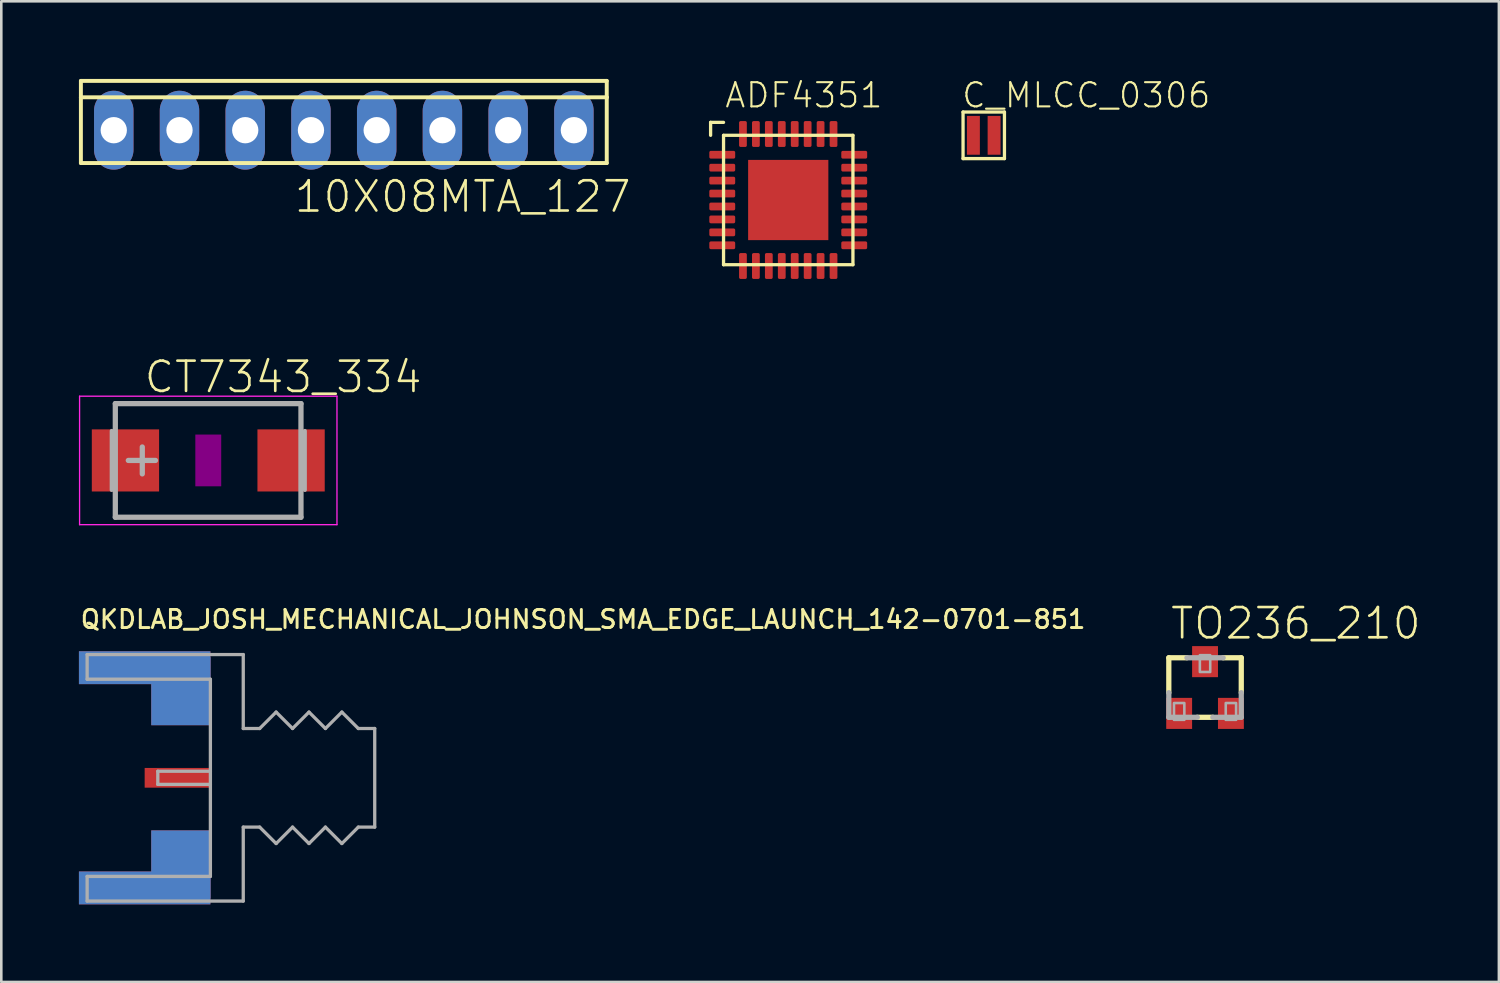
<source format=kicad_pcb>
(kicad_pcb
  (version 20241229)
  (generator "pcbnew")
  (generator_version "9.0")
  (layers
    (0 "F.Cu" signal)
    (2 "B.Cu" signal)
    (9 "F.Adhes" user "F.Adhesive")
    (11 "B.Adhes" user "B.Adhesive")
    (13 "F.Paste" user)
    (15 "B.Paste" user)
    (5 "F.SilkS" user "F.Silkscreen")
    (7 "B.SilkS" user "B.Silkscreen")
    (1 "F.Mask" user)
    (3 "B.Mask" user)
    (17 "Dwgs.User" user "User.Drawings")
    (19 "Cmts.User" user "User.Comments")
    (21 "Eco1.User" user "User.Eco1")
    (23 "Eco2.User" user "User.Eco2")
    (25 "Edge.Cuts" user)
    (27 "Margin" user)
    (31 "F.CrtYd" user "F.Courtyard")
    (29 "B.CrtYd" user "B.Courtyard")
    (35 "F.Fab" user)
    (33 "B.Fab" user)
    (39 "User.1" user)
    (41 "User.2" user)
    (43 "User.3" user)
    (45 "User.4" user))
  (footprint "C_MLCC_0306"
    (layer "F.Cu")
    (at 34.964 2.179)
    (property "Reference" "C_MLCC_0306" (at -0.9 -1 0) (unlocked yes) (layer "F.SilkS") (effects (font (size 0.935 0.935) (thickness 0.081)) (justify left bottom)))
    (fp_line (start -0.8 -0.9) (end -0.8 0.9) (stroke (width 0.127) (type solid)) (layer "F.SilkS"))
    (fp_line (start -0.8 0.9) (end 0.8 0.9) (stroke (width 0.127) (type solid)) (layer "F.SilkS"))
    (fp_line (start 0.8 -0.9) (end -0.8 -0.9) (stroke (width 0.127) (type solid)) (layer "F.SilkS"))
    (fp_line (start 0.8 0.9) (end 0.8 -0.9) (stroke (width 0.127) (type solid)) (layer "F.SilkS"))
    (pad "P$1" smd rect (at -0.4 0) (size 0.5 1.5) (layers "F.Cu" "F.Mask" "F.Paste"))
    (pad "P$2" smd rect (at 0.4 0) (size 0.5 1.5) (layers "F.Cu" "F.Mask" "F.Paste")))
  (footprint "TO236_210"
    (layer "F.Cu")
    (at 43.515 23.517)
    (property "Reference" "TO236_210" (at -1.397 -1.794 0) (unlocked yes) (layer "F.SilkS") (effects (font (size 1.168 1.168) (thickness 0.102)) (justify left bottom)))
    (fp_line (start -1.4 -1.15) (end -1.4 0.2) (stroke (width 0.203) (type solid)) (layer "F.SilkS"))
    (fp_line (start -1.4 -1.15) (end -0.7 -1.15) (stroke (width 0.203) (type solid)) (layer "F.SilkS"))
    (fp_line (start -0.3 1.15) (end 0.3 1.15) (stroke (width 0.203) (type solid)) (layer "F.SilkS"))
    (fp_line (start 1.4 -1.15) (end 0.7 -1.15) (stroke (width 0.203) (type solid)) (layer "F.SilkS"))
    (fp_line (start 1.4 0.2) (end 1.4 -1.15) (stroke (width 0.203) (type solid)) (layer "F.SilkS"))
    (fp_line (start -1.4 0.2) (end -1.4 1.15) (stroke (width 0.203) (type solid)) (layer "F.Fab"))
    (fp_line (start -1.4 1.15) (end -0.3 1.15) (stroke (width 0.203) (type solid)) (layer "F.Fab"))
    (fp_line (start -0.7 -1.15) (end 0.7 -1.15) (stroke (width 0.203) (type solid)) (layer "F.Fab"))
    (fp_line (start 0.3 1.15) (end 1.4 1.15) (stroke (width 0.203) (type solid)) (layer "F.Fab"))
    (fp_line (start 1.4 1.15) (end 1.4 0.2) (stroke (width 0.203) (type solid)) (layer "F.Fab"))
    (fp_poly (pts (xy -1.2 1.25) (xy -0.8 1.25) (xy -0.8 0.6) (xy -1.2 0.6)) (stroke (width 0.1) (type default)) (fill no) (layer "F.Fab"))
    (fp_poly (pts (xy -0.2 -0.6) (xy 0.2 -0.6) (xy 0.2 -1.25) (xy -0.2 -1.25)) (stroke (width 0.1) (type default)) (fill no) (layer "F.Fab"))
    (fp_poly (pts (xy 0.8 1.25) (xy 1.2 1.25) (xy 1.2 0.6) (xy 0.8 0.6)) (stroke (width 0.1) (type default)) (fill no) (layer "F.Fab"))
    (pad "A" smd rect (at -1 1) (size 1 1.2) (layers "F.Cu" "F.Mask" "F.Paste"))
    (pad "C" smd rect (at 0 -1) (size 1 1.2) (layers "F.Cu" "F.Mask" "F.Paste"))
    (pad "NC" smd rect (at 1 1) (size 1 1.2) (layers "F.Cu" "F.Mask" "F.Paste")))
  (footprint "CT7343_334"
    (layer "F.Cu")
    (at 4.998 14.742)
    (property "Reference" "CT7343_334" (at -2.54 -2.54 0) (unlocked yes) (layer "F.SilkS") (effects (font (size 1.168 1.168) (thickness 0.102)) (justify left bottom)))
    (fp_poly (pts (xy -0.5 1) (xy 0.5 1) (xy 0.5 -1) (xy -0.5 -1)) (stroke (width 0) (type default)) (fill yes) (layer "F.Adhes"))
    (fp_line (start -4.973 -2.483) (end 4.973 -2.483) (stroke (width 0.051) (type solid)) (layer "F.CrtYd"))
    (fp_line (start -4.973 2.483) (end -4.973 -2.483) (stroke (width 0.051) (type solid)) (layer "F.CrtYd"))
    (fp_line (start 4.973 -2.483) (end 4.973 2.483) (stroke (width 0.051) (type solid)) (layer "F.CrtYd"))
    (fp_line (start 4.973 2.483) (end -4.973 2.483) (stroke (width 0.051) (type solid)) (layer "F.CrtYd"))
    (fp_line (start -3.734 -1.143) (end -3.734 1.143) (stroke (width 0.152) (type solid)) (layer "F.Fab"))
    (fp_line (start -3.592 2.195) (end -3.592 -2.195) (stroke (width 0.203) (type solid)) (layer "F.Fab"))
    (fp_line (start -2.55 -0.52) (end -2.55 0.52) (stroke (width 0.203) (type solid)) (layer "F.Fab"))
    (fp_line (start -2.04 0) (end -3.09 0) (stroke (width 0.203) (type solid)) (layer "F.Fab"))
    (fp_line (start 3.582 -2.195) (end -3.592 -2.195) (stroke (width 0.203) (type solid)) (layer "F.Fab"))
    (fp_line (start 3.582 2.195) (end -3.592 2.195) (stroke (width 0.203) (type solid)) (layer "F.Fab"))
    (fp_line (start 3.582 2.195) (end 3.582 -2.195) (stroke (width 0.203) (type solid)) (layer "F.Fab"))
    (fp_line (start 3.734 -1.143) (end 3.734 1.143) (stroke (width 0.152) (type solid)) (layer "F.Fab"))
    (pad "+" smd rect (at -3.2 0) (size 2.6 2.4) (layers "F.Cu" "F.Mask" "F.Paste"))
    (pad "-" smd rect (at 3.2 0) (size 2.6 2.4) (layers "F.Cu" "F.Mask" "F.Paste")))
  (footprint "ADF4351"
    (layer "F.Cu")
    (at 27.409 4.679)
    (property "Reference" "ADF4351" (at -2.5 -3.5 0) (unlocked yes) (layer "F.SilkS") (effects (font (size 0.935 0.935) (thickness 0.081)) (justify left bottom)))
    (fp_line (start -3 -3) (end -2.5 -3) (stroke (width 0.127) (type solid)) (layer "F.SilkS"))
    (fp_line (start -3 -2.5) (end -3 -3) (stroke (width 0.127) (type solid)) (layer "F.SilkS"))
    (fp_line (start -2.5 -2.5) (end 2.5 -2.5) (stroke (width 0.127) (type solid)) (layer "F.SilkS"))
    (fp_line (start -2.5 2.5) (end -2.5 -2.5) (stroke (width 0.127) (type solid)) (layer "F.SilkS"))
    (fp_line (start 2.5 -2.5) (end 2.5 2.5) (stroke (width 0.127) (type solid)) (layer "F.SilkS"))
    (fp_line (start 2.5 2.5) (end -2.5 2.5) (stroke (width 0.127) (type solid)) (layer "F.SilkS"))
    (pad "1" smd roundrect (at -2.55 -1.75 90) (size 0.3 1) (layers "F.Cu" "F.Mask" "F.Paste") (roundrect_rratio 0.2))
    (pad "2" smd roundrect (at -2.55 -1.25 90) (size 0.3 1) (layers "F.Cu" "F.Mask" "F.Paste") (roundrect_rratio 0.2))
    (pad "3" smd roundrect (at -2.55 -0.75 90) (size 0.3 1) (layers "F.Cu" "F.Mask" "F.Paste") (roundrect_rratio 0.2))
    (pad "4" smd roundrect (at -2.55 -0.25 90) (size 0.3 1) (layers "F.Cu" "F.Mask" "F.Paste") (roundrect_rratio 0.2))
    (pad "5" smd roundrect (at -2.55 0.25 90) (size 0.3 1) (layers "F.Cu" "F.Mask" "F.Paste") (roundrect_rratio 0.2))
    (pad "6" smd roundrect (at -2.55 0.75 90) (size 0.3 1) (layers "F.Cu" "F.Mask" "F.Paste") (roundrect_rratio 0.2))
    (pad "7" smd roundrect (at -2.55 1.25 90) (size 0.3 1) (layers "F.Cu" "F.Mask" "F.Paste") (roundrect_rratio 0.2))
    (pad "8" smd roundrect (at -2.55 1.75 90) (size 0.3 1) (layers "F.Cu" "F.Mask" "F.Paste") (roundrect_rratio 0.2))
    (pad "9" smd roundrect (at -1.75 2.55) (size 0.3 1) (layers "F.Cu" "F.Mask" "F.Paste") (roundrect_rratio 0.2))
    (pad "10" smd roundrect (at -1.25 2.55) (size 0.3 1) (layers "F.Cu" "F.Mask" "F.Paste") (roundrect_rratio 0.2))
    (pad "11" smd roundrect (at -0.75 2.55) (size 0.3 1) (layers "F.Cu" "F.Mask" "F.Paste") (roundrect_rratio 0.2))
    (pad "12" smd roundrect (at -0.25 2.55) (size 0.3 1) (layers "F.Cu" "F.Mask" "F.Paste") (roundrect_rratio 0.2))
    (pad "13" smd roundrect (at 0.25 2.55) (size 0.3 1) (layers "F.Cu" "F.Mask" "F.Paste") (roundrect_rratio 0.2))
    (pad "14" smd roundrect (at 0.75 2.55) (size 0.3 1) (layers "F.Cu" "F.Mask" "F.Paste") (roundrect_rratio 0.2))
    (pad "15" smd roundrect (at 1.25 2.55) (size 0.3 1) (layers "F.Cu" "F.Mask" "F.Paste") (roundrect_rratio 0.2))
    (pad "16" smd roundrect (at 1.75 2.55) (size 0.3 1) (layers "F.Cu" "F.Mask" "F.Paste") (roundrect_rratio 0.2))
    (pad "17" smd roundrect (at 2.55 1.75 90) (size 0.3 1) (layers "F.Cu" "F.Mask" "F.Paste") (roundrect_rratio 0.2))
    (pad "18" smd roundrect (at 2.55 1.25 90) (size 0.3 1) (layers "F.Cu" "F.Mask" "F.Paste") (roundrect_rratio 0.2))
    (pad "19" smd roundrect (at 2.55 0.75 90) (size 0.3 1) (layers "F.Cu" "F.Mask" "F.Paste") (roundrect_rratio 0.2))
    (pad "20" smd roundrect (at 2.55 0.25 90) (size 0.3 1) (layers "F.Cu" "F.Mask" "F.Paste") (roundrect_rratio 0.2))
    (pad "21" smd roundrect (at 2.55 -0.25 90) (size 0.3 1) (layers "F.Cu" "F.Mask" "F.Paste") (roundrect_rratio 0.2))
    (pad "22" smd roundrect (at 2.55 -0.75 90) (size 0.3 1) (layers "F.Cu" "F.Mask" "F.Paste") (roundrect_rratio 0.2))
    (pad "23" smd roundrect (at 2.55 -1.25 90) (size 0.3 1) (layers "F.Cu" "F.Mask" "F.Paste") (roundrect_rratio 0.2))
    (pad "24" smd roundrect (at 2.55 -1.75 90) (size 0.3 1) (layers "F.Cu" "F.Mask" "F.Paste") (roundrect_rratio 0.2))
    (pad "25" smd roundrect (at 1.75 -2.55) (size 0.3 1) (layers "F.Cu" "F.Mask" "F.Paste") (roundrect_rratio 0.2))
    (pad "26" smd roundrect (at 1.25 -2.55) (size 0.3 1) (layers "F.Cu" "F.Mask" "F.Paste") (roundrect_rratio 0.2))
    (pad "27" smd roundrect (at 0.75 -2.55) (size 0.3 1) (layers "F.Cu" "F.Mask" "F.Paste") (roundrect_rratio 0.2))
    (pad "28" smd roundrect (at 0.25 -2.55) (size 0.3 1) (layers "F.Cu" "F.Mask" "F.Paste") (roundrect_rratio 0.2))
    (pad "29" smd roundrect (at -0.25 -2.55) (size 0.3 1) (layers "F.Cu" "F.Mask" "F.Paste") (roundrect_rratio 0.2))
    (pad "30" smd roundrect (at -0.75 -2.55) (size 0.3 1) (layers "F.Cu" "F.Mask" "F.Paste") (roundrect_rratio 0.2))
    (pad "31" smd roundrect (at -1.25 -2.55) (size 0.3 1) (layers "F.Cu" "F.Mask" "F.Paste") (roundrect_rratio 0.2))
    (pad "32" smd roundrect (at -1.75 -2.55) (size 0.3 1) (layers "F.Cu" "F.Mask" "F.Paste") (roundrect_rratio 0.2))
    (pad "EP" smd rect (at 0 0) (size 3.1 3.1) (layers "F.Cu" "F.Mask" "F.Paste")))
  (footprint "10X08MTA_127"
    (layer "F.Cu")
    (at 10.236 1.981)
    (property "Reference" "10X08MTA_127" (at -1.981 3.251 0) (unlocked yes) (layer "F.SilkS") (effects (font (size 1.168 1.168) (thickness 0.102)) (justify left bottom)))
    (fp_line (start -10.16 -1.27) (end -10.16 -1.905) (stroke (width 0.152) (type solid)) (layer "F.SilkS"))
    (fp_line (start -10.16 1.27) (end -10.16 -1.27) (stroke (width 0.152) (type solid)) (layer "F.SilkS"))
    (fp_line (start -10.16 1.27) (end 10.16 1.27) (stroke (width 0.152) (type solid)) (layer "F.SilkS"))
    (fp_line (start 10.16 -1.905) (end -10.16 -1.905) (stroke (width 0.152) (type solid)) (layer "F.SilkS"))
    (fp_line (start 10.16 -1.905) (end 10.16 -1.27) (stroke (width 0.152) (type solid)) (layer "F.SilkS"))
    (fp_line (start 10.16 -1.27) (end -10.16 -1.27) (stroke (width 0.152) (type solid)) (layer "F.SilkS"))
    (fp_line (start 10.16 -1.27) (end 10.16 1.27) (stroke (width 0.152) (type solid)) (layer "F.SilkS"))
    (fp_poly (pts (xy -9.144 0.254) (xy -8.636 0.254) (xy -8.636 -0.254) (xy -9.144 -0.254)) (stroke (width 0) (type default)) (fill yes) (layer "F.SilkS"))
    (fp_poly (pts (xy -6.604 0.254) (xy -6.096 0.254) (xy -6.096 -0.254) (xy -6.604 -0.254)) (stroke (width 0) (type default)) (fill yes) (layer "F.SilkS"))
    (fp_poly (pts (xy -4.064 0.254) (xy -3.556 0.254) (xy -3.556 -0.254) (xy -4.064 -0.254)) (stroke (width 0) (type default)) (fill yes) (layer "F.SilkS"))
    (fp_poly (pts (xy -1.524 0.254) (xy -1.016 0.254) (xy -1.016 -0.254) (xy -1.524 -0.254)) (stroke (width 0) (type default)) (fill yes) (layer "F.SilkS"))
    (fp_poly (pts (xy 1.016 0.254) (xy 1.524 0.254) (xy 1.524 -0.254) (xy 1.016 -0.254)) (stroke (width 0) (type default)) (fill yes) (layer "F.SilkS"))
    (fp_poly (pts (xy 3.556 0.254) (xy 4.064 0.254) (xy 4.064 -0.254) (xy 3.556 -0.254)) (stroke (width 0) (type default)) (fill yes) (layer "F.SilkS"))
    (fp_poly (pts (xy 6.096 0.254) (xy 6.604 0.254) (xy 6.604 -0.254) (xy 6.096 -0.254)) (stroke (width 0) (type default)) (fill yes) (layer "F.SilkS"))
    (fp_poly (pts (xy 8.636 0.254) (xy 9.144 0.254) (xy 9.144 -0.254) (xy 8.636 -0.254)) (stroke (width 0) (type default)) (fill yes) (layer "F.SilkS"))
    (pad "1" thru_hole oval (at 8.89 0 90) (size 3.048 1.524) (drill 1.016) (layers "*.Cu" "*.Mask"))
    (pad "2" thru_hole oval (at 6.35 0 90) (size 3.048 1.524) (drill 1.016) (layers "*.Cu" "*.Mask"))
    (pad "3" thru_hole oval (at 3.81 0 90) (size 3.048 1.524) (drill 1.016) (layers "*.Cu" "*.Mask"))
    (pad "4" thru_hole oval (at 1.27 0 90) (size 3.048 1.524) (drill 1.016) (layers "*.Cu" "*.Mask"))
    (pad "5" thru_hole oval (at -1.27 0 90) (size 3.048 1.524) (drill 1.016) (layers "*.Cu" "*.Mask"))
    (pad "6" thru_hole oval (at -3.81 0 90) (size 3.048 1.524) (drill 1.016) (layers "*.Cu" "*.Mask"))
    (pad "7" thru_hole oval (at -6.35 0 90) (size 3.048 1.524) (drill 1.016) (layers "*.Cu" "*.Mask"))
    (pad "8" thru_hole oval (at -8.89 0 90) (size 3.048 1.524) (drill 1.016) (layers "*.Cu" "*.Mask")))
  (footprint "QKDLAB_JOSH_MECHANICAL_JOHNSON_SMA_EDGE_LAUNCH_142-0701-851"
    (layer "F.Cu")
    (at 5.08 27.006)
    (property "Reference" "QKDLAB_JOSH_MECHANICAL_JOHNSON_SMA_EDGE_LAUNCH_142-0701-851" (at -5.08 -5.715 0) (unlocked yes) (layer "F.SilkS") (effects (font (size 0.699 0.699) (thickness 0.114)) (justify left bottom)))
    (fp_poly (pts (xy 0 -2.032) (xy -2.286 -2.032) (xy -2.286 -3.759) (xy -3.15 -3.759) (xy -3.15 -4.661) (xy 0 -4.661)) (stroke (width 0) (type default)) (fill yes) (layer "F.Cu"))
    (fp_poly (pts (xy 0 4.661) (xy -3.797 4.661) (xy -3.797 3.759) (xy -2.286 3.759) (xy -2.286 2.032) (xy 0 2.032)) (stroke (width 0) (type default)) (fill yes) (layer "F.Cu"))
    (fp_poly (pts (xy 0 -2.032) (xy -2.286 -2.032) (xy -2.286 -3.759) (xy -3.15 -3.759) (xy -3.15 -4.661) (xy 0 -4.661)) (stroke (width 0) (type default)) (fill yes) (layer "F.Mask"))
    (fp_poly (pts (xy 0 4.661) (xy -3.797 4.661) (xy -3.797 3.759) (xy -2.286 3.759) (xy -2.286 2.032) (xy 0 2.032)) (stroke (width 0) (type default)) (fill yes) (layer "F.Mask"))
    (fp_poly (pts (xy 0 -2.032) (xy -2.286 -2.032) (xy -2.286 -3.759) (xy -3.15 -3.759) (xy -3.15 -4.661) (xy 0 -4.661)) (stroke (width 0) (type default)) (fill yes) (layer "B.Cu"))
    (fp_poly (pts (xy 0 4.661) (xy -3.797 4.661) (xy -3.797 3.759) (xy -2.286 3.759) (xy -2.286 2.032) (xy 0 2.032)) (stroke (width 0) (type default)) (fill yes) (layer "B.Cu"))
    (fp_poly (pts (xy 0 -2.032) (xy -2.286 -2.032) (xy -2.286 -3.759) (xy -3.15 -3.759) (xy -3.15 -4.661) (xy 0 -4.661)) (stroke (width 0) (type default)) (fill yes) (layer "B.Mask"))
    (fp_poly (pts (xy 0 4.661) (xy -3.797 4.661) (xy -3.797 3.759) (xy -2.286 3.759) (xy -2.286 2.032) (xy 0 2.032)) (stroke (width 0) (type default)) (fill yes) (layer "B.Mask"))
    (fp_line (start -4.763 -4.763) (end -4.763 -3.81) (stroke (width 0.127) (type solid)) (layer "F.Fab"))
    (fp_line (start -4.763 -3.81) (end 0 -3.81) (stroke (width 0.127) (type solid)) (layer "F.Fab"))
    (fp_line (start -4.763 3.81) (end -4.763 4.763) (stroke (width 0.127) (type solid)) (layer "F.Fab"))
    (fp_line (start -4.763 4.763) (end 1.27 4.763) (stroke (width 0.127) (type solid)) (layer "F.Fab"))
    (fp_line (start -2.032 -0.254) (end -2.032 0.254) (stroke (width 0.127) (type solid)) (layer "F.Fab"))
    (fp_line (start -2.032 0.254) (end 0 0.254) (stroke (width 0.127) (type solid)) (layer "F.Fab"))
    (fp_line (start 0 -3.81) (end 0 -0.254) (stroke (width 0.127) (type solid)) (layer "F.Fab"))
    (fp_line (start 0 -0.254) (end -2.032 -0.254) (stroke (width 0.127) (type solid)) (layer "F.Fab"))
    (fp_line (start 0 -0.254) (end 0 0.254) (stroke (width 0.127) (type solid)) (layer "F.Fab"))
    (fp_line (start 0 0.254) (end 0 3.81) (stroke (width 0.127) (type solid)) (layer "F.Fab"))
    (fp_line (start 0 3.81) (end -4.763 3.81) (stroke (width 0.127) (type solid)) (layer "F.Fab"))
    (fp_line (start 1.27 -4.763) (end -4.763 -4.763) (stroke (width 0.127) (type solid)) (layer "F.Fab"))
    (fp_line (start 1.27 -1.905) (end 1.27 -4.763) (stroke (width 0.127) (type solid)) (layer "F.Fab"))
    (fp_line (start 1.27 1.905) (end 1.905 1.905) (stroke (width 0.127) (type solid)) (layer "F.Fab"))
    (fp_line (start 1.27 4.763) (end 1.27 1.905) (stroke (width 0.127) (type solid)) (layer "F.Fab"))
    (fp_line (start 1.905 -1.905) (end 1.27 -1.905) (stroke (width 0.127) (type solid)) (layer "F.Fab"))
    (fp_line (start 1.905 1.905) (end 2.54 2.54) (stroke (width 0.127) (type solid)) (layer "F.Fab"))
    (fp_line (start 2.54 -2.54) (end 1.905 -1.905) (stroke (width 0.127) (type solid)) (layer "F.Fab"))
    (fp_line (start 2.54 2.54) (end 3.175 1.905) (stroke (width 0.127) (type solid)) (layer "F.Fab"))
    (fp_line (start 3.175 -1.905) (end 2.54 -2.54) (stroke (width 0.127) (type solid)) (layer "F.Fab"))
    (fp_line (start 3.175 1.905) (end 3.81 2.54) (stroke (width 0.127) (type solid)) (layer "F.Fab"))
    (fp_line (start 3.81 -2.54) (end 3.175 -1.905) (stroke (width 0.127) (type solid)) (layer "F.Fab"))
    (fp_line (start 3.81 2.54) (end 4.445 1.905) (stroke (width 0.127) (type solid)) (layer "F.Fab"))
    (fp_line (start 4.445 -1.905) (end 3.81 -2.54) (stroke (width 0.127) (type solid)) (layer "F.Fab"))
    (fp_line (start 4.445 1.905) (end 5.08 2.54) (stroke (width 0.127) (type solid)) (layer "F.Fab"))
    (fp_line (start 5.08 -2.54) (end 4.445 -1.905) (stroke (width 0.127) (type solid)) (layer "F.Fab"))
    (fp_line (start 5.08 2.54) (end 5.715 1.905) (stroke (width 0.127) (type solid)) (layer "F.Fab"))
    (fp_line (start 5.715 -1.905) (end 5.08 -2.54) (stroke (width 0.127) (type solid)) (layer "F.Fab"))
    (fp_line (start 5.715 1.905) (end 6.35 1.905) (stroke (width 0.127) (type solid)) (layer "F.Fab"))
    (fp_line (start 6.35 -1.905) (end 5.715 -1.905) (stroke (width 0.127) (type solid)) (layer "F.Fab"))
    (fp_line (start 6.35 1.905) (end 6.35 -1.905) (stroke (width 0.127) (type solid)) (layer "F.Fab"))
    (pad "P$1" smd rect (at -1.27 0) (size 2.54 0.762) (layers "F.Cu" "F.Mask"))
    (pad "P$2" smd rect (at -2.54 -4.255) (size 5.08 1.27) (layers "F.Cu" "F.Mask"))
    (pad "P$3" smd rect (at -2.54 4.255) (size 5.08 1.27) (layers "F.Cu" "F.Mask"))
    (pad "P$4" smd rect (at -2.54 -4.255) (size 5.08 1.27) (layers "B.Cu" "B.Mask"))
    (pad "P$5" smd rect (at -2.54 4.255) (size 5.08 1.27) (layers "B.Cu" "B.Mask")))
  (gr_rect
    (start -3 -3)
    (end 54.87 34.895)
    (stroke (width 0.1) (type default))
    (fill no)
    (layer "Edge.Cuts")))
</source>
